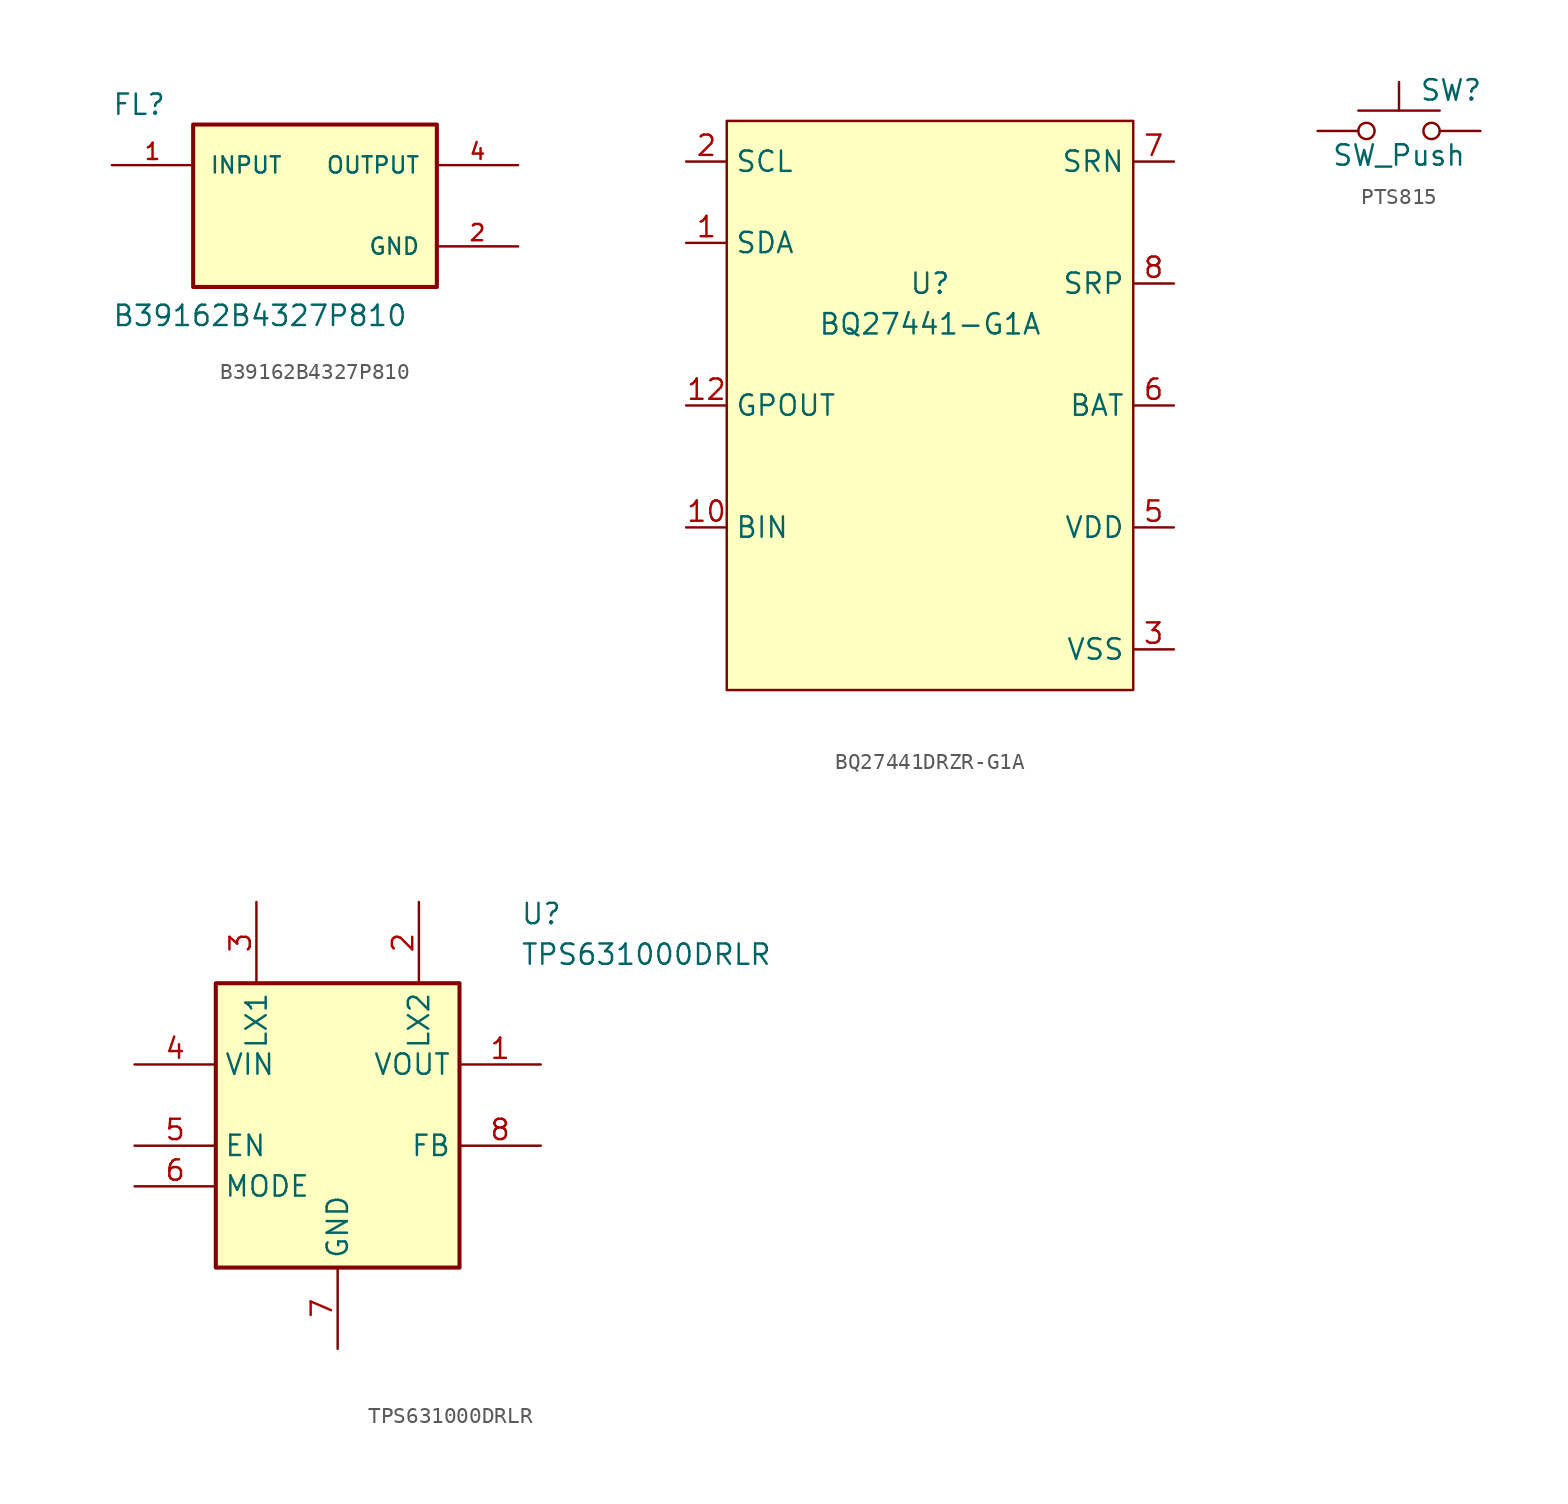
<source format=kicad_sym>
(kicad_symbol_lib
  (version 20220914)
  (generator kicad_symbol_editor)
  (symbol "B39162B4327P810"
    (pin_names
      (offset 1.016))
    (property "Reference" "FL"
      (at -12.7 5.588 0)
      (effects (font (size 1.27 1.27)) (justify left bottom)))
    (property "Value" "B39162B4327P810"
      (at -12.7 -7.62 0)
      (effects (font (size 1.27 1.27)) (justify left bottom)))
    (symbol "B39162B4327P810_0_0"
      (rectangle (start -7.62 5.08) (end 7.62 -5.08) (stroke (width 0.254) (type default)) (fill (type background)))
      (pin input line (at -12.7 2.54 0) (length 5.08) (name "INPUT" (effects (font (size 1.016 1.016)))) (number "1" (effects (font (size 1.016 1.016)))))
      (pin power_in line (at 12.7 -2.54 180) (length 5.08) (name "GND" (effects (font (size 1.016 1.016)))) (number "2" (effects (font (size 1.016 1.016)))))
      (pin power_in line (at 12.7 -2.54 180) (length 5.08) hide (name "GND" (effects (font (size 1.016 1.016)))) (number "3" (effects (font (size 1.016 1.016)))))
      (pin output line (at 12.7 2.54 180) (length 5.08) (name "OUTPUT" (effects (font (size 1.016 1.016)))) (number "4" (effects (font (size 1.016 1.016)))))
      (pin power_in line (at 12.7 -2.54 180) (length 5.08) hide (name "GND" (effects (font (size 1.016 1.016)))) (number "5" (effects (font (size 1.016 1.016)))))))
  (symbol "BQ27441DRZR-G1A"
    (property "Reference" "U"
      (at 0 7.62 0)
      (effects (font (size 1.27 1.27))))
    (property "Value" "BQ27441-G1A"
      (at 0 5.08 0)
      (effects (font (size 1.27 1.27))))
    (symbol "BQ27441DRZR-G1A_0_0"
      (pin bidirectional line (at -15.24 10.16 0) (length 2.54) (name "SDA" (effects (font (size 1.27 1.27)))) (number "1" (effects (font (size 1.27 1.27)))))
      (pin input line (at -15.24 -7.62 0) (length 2.54) (name "BIN" (effects (font (size 1.27 1.27)))) (number "10" (effects (font (size 1.27 1.27)))))
      (pin no_connect line (at -15.24 -15.24 0) (length 2.54) hide (name "NC" (effects (font (size 1.27 1.27)))) (number "11" (effects (font (size 1.27 1.27)))))
      (pin open_collector line (at -15.24 0 0) (length 2.54) (name "GPOUT" (effects (font (size 1.27 1.27)))) (number "12" (effects (font (size 1.27 1.27)))))
      (pin bidirectional line (at -15.24 15.24 0) (length 2.54) (name "SCL" (effects (font (size 1.27 1.27)))) (number "2" (effects (font (size 1.27 1.27)))))
      (pin power_in line (at 15.24 -15.24 180) (length 2.54) (name "VSS" (effects (font (size 1.27 1.27)))) (number "3" (effects (font (size 1.27 1.27)))))
      (pin no_connect line (at -15.24 -15.24 0) (length 2.54) hide (name "NC" (effects (font (size 1.27 1.27)))) (number "4" (effects (font (size 1.27 1.27)))))
      (pin output line (at 15.24 -7.62 180) (length 2.54) (name "VDD" (effects (font (size 1.27 1.27)))) (number "5" (effects (font (size 1.27 1.27)))))
      (pin power_in line (at 15.24 0 180) (length 2.54) (name "BAT" (effects (font (size 1.27 1.27)))) (number "6" (effects (font (size 1.27 1.27)))))
      (pin input line (at 15.24 15.24 180) (length 2.54) (name "SRN" (effects (font (size 1.27 1.27)))) (number "7" (effects (font (size 1.27 1.27)))))
      (pin input line (at 15.24 7.62 180) (length 2.54) (name "SRP" (effects (font (size 1.27 1.27)))) (number "8" (effects (font (size 1.27 1.27)))))
      (pin no_connect line (at -15.24 -15.24 0) (length 2.54) hide (name "NC" (effects (font (size 1.27 1.27)))) (number "9" (effects (font (size 1.27 1.27))))))
    (symbol "BQ27441DRZR-G1A_0_1"
      (rectangle (start -12.7 17.78) (end 12.7 -17.78) (stroke (width 0) (type default)) (fill (type background)))))
  (symbol "PTS815"
    (pin_numbers hide)
    (pin_names
      (offset 1.016) hide)
    (property "Reference" "SW"
      (at 1.27 2.54 0)
      (effects (font (size 1.27 1.27)) (justify left)))
    (property "Value" "SW_Push"
      (at 0 -1.524 0)
      (effects (font (size 1.27 1.27))))
    (symbol "PTS815_0_1"
      (circle (center -2.032 0) (radius 0.508) (stroke (width 0) (type default)) (fill (type none)))
      (polyline (pts (xy 0 1.27) (xy 0 3.048)) (stroke (width 0) (type default)) (fill (type none)))
      (polyline (pts (xy 2.54 1.27) (xy -2.54 1.27)) (stroke (width 0) (type default)) (fill (type none)))
      (circle (center 2.032 0) (radius 0.508) (stroke (width 0) (type default)) (fill (type none)))
      (pin passive line (at -5.08 0 0) (length 2.54) (name "1" (effects (font (size 1.27 1.27)))) (number "1" (effects (font (size 1.27 1.27)))))
      (pin passive line (at -5.08 0 0) (length 2.54) hide (name "2" (effects (font (size 1.27 1.27)))) (number "2" (effects (font (size 1.27 1.27)))))
      (pin passive line (at 5.08 0 180) (length 2.54) (name "2" (effects (font (size 1.27 1.27)))) (number "2" (effects (font (size 1.27 1.27)))))
      (pin passive line (at 5.08 0 180) (length 2.54) hide (name "4" (effects (font (size 1.27 1.27)))) (number "4" (effects (font (size 1.27 1.27)))))))
  (symbol "TPS631000DRLR"
    (property "Reference" "U"
      (at 11.43 7.62 0)
      (effects (font (size 1.27 1.27)) (justify left top)))
    (property "Value" "TPS631000DRLR"
      (at 11.43 5.08 0)
      (effects (font (size 1.27 1.27)) (justify left top)))
    (symbol "TPS631000DRLR_1_1"
      (rectangle (start -7.62 2.54) (end 7.62 -15.24) (stroke (width 0.254) (type default)) (fill (type background)))
      (pin passive line (at 12.7 -2.54 180) (length 5.08) (name "VOUT" (effects (font (size 1.27 1.27)))) (number "1" (effects (font (size 1.27 1.27)))))
      (pin passive line (at 5.08 7.62 270) (length 5.08) (name "LX2" (effects (font (size 1.27 1.27)))) (number "2" (effects (font (size 1.27 1.27)))))
      (pin passive line (at -5.08 7.62 270) (length 5.08) (name "LX1" (effects (font (size 1.27 1.27)))) (number "3" (effects (font (size 1.27 1.27)))))
      (pin passive line (at -12.7 -2.54 0) (length 5.08) (name "VIN" (effects (font (size 1.27 1.27)))) (number "4" (effects (font (size 1.27 1.27)))))
      (pin passive line (at -12.7 -7.62 0) (length 5.08) (name "EN" (effects (font (size 1.27 1.27)))) (number "5" (effects (font (size 1.27 1.27)))))
      (pin passive line (at -12.7 -10.16 0) (length 5.08) (name "MODE" (effects (font (size 1.27 1.27)))) (number "6" (effects (font (size 1.27 1.27)))))
      (pin passive line (at 0 -20.32 90) (length 5.08) (name "GND" (effects (font (size 1.27 1.27)))) (number "7" (effects (font (size 1.27 1.27)))))
      (pin passive line (at 12.7 -7.62 180) (length 5.08) (name "FB" (effects (font (size 1.27 1.27)))) (number "8" (effects (font (size 1.27 1.27))))))))
</source>
